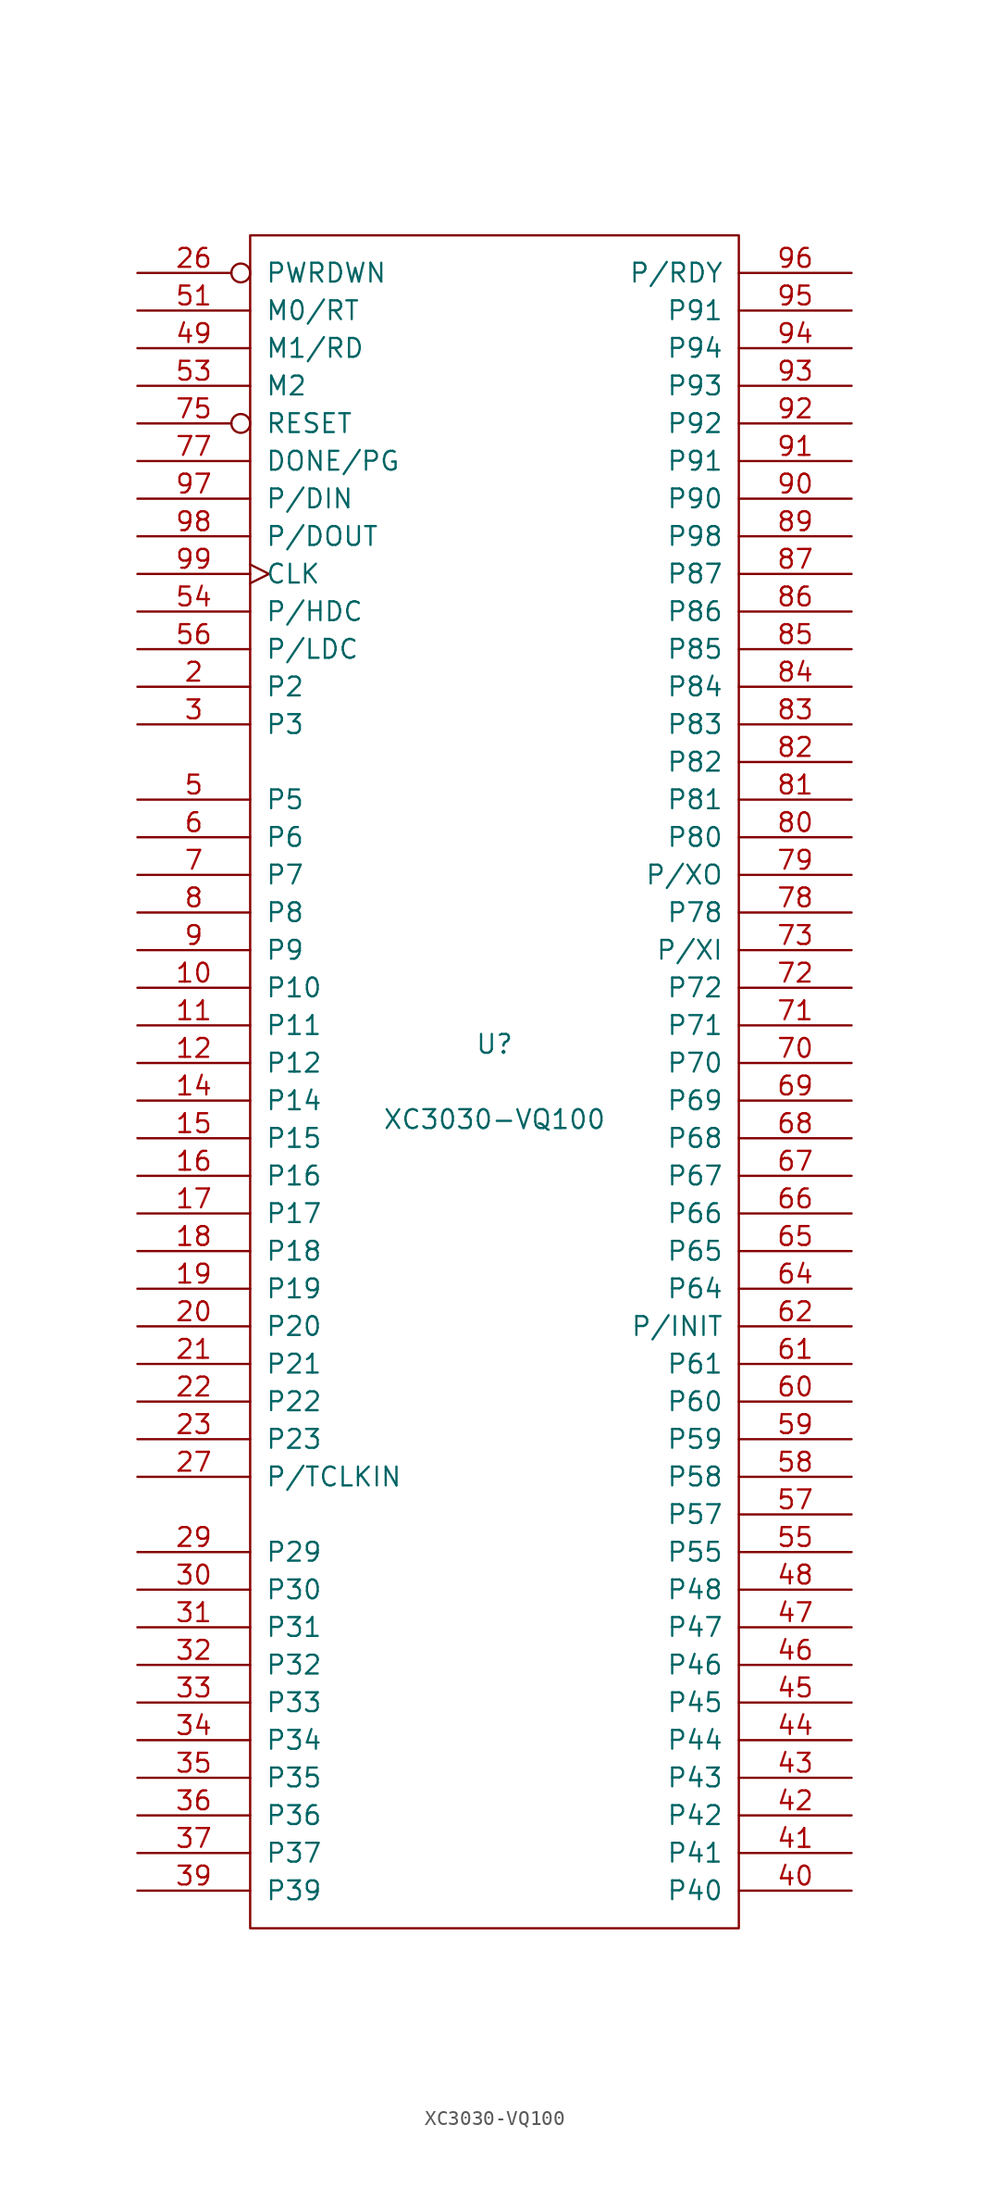
<source format=kicad_sym>
(kicad_symbol_lib
  (version 20201005)
  (generator kicad_symbol_editor)
  (symbol "XC3030-VQ100"
    (pin_names
      (offset 1.016))
    (property "Reference" "U"
      (at 0 2.54 0)
      (effects (font (size 1.27 1.27))))
    (property "Value" "XC3030-VQ100"
      (at 0 -2.54 0)
      (effects (font (size 1.27 1.27))))
    (symbol "XC3030-VQ100_0_1"
      (rectangle (start -16.51 -57.15) (end 16.51 57.15) (stroke (width 0)) (fill (type none))))
    (symbol "XC3030-VQ100_1_1"
      (pin power_in line (at -3.81 -57.15 90) (length 0) hide (name "GND" (effects (font (size 1.27 1.27)))) (number "1" (effects (font (size 1.27 1.27)))))
      (pin passive line (at -24.13 6.35 0) (length 7.62) (name "P10" (effects (font (size 1.27 1.27)))) (number "10" (effects (font (size 1.27 1.27)))))
      (pin power_in line (at 8.89 57.15 270) (length 0) hide (name "VCC" (effects (font (size 1.27 1.27)))) (number "100" (effects (font (size 1.27 1.27)))))
      (pin passive line (at -24.13 3.81 0) (length 7.62) (name "P11" (effects (font (size 1.27 1.27)))) (number "11" (effects (font (size 1.27 1.27)))))
      (pin passive line (at -24.13 1.27 0) (length 7.62) (name "P12" (effects (font (size 1.27 1.27)))) (number "12" (effects (font (size 1.27 1.27)))))
      (pin power_in line (at -1.27 -57.15 90) (length 0) hide (name "GND" (effects (font (size 1.27 1.27)))) (number "13" (effects (font (size 1.27 1.27)))))
      (pin passive line (at -24.13 -1.27 0) (length 7.62) (name "P14" (effects (font (size 1.27 1.27)))) (number "14" (effects (font (size 1.27 1.27)))))
      (pin passive line (at -24.13 -3.81 0) (length 7.62) (name "P15" (effects (font (size 1.27 1.27)))) (number "15" (effects (font (size 1.27 1.27)))))
      (pin passive line (at -24.13 -6.35 0) (length 7.62) (name "P16" (effects (font (size 1.27 1.27)))) (number "16" (effects (font (size 1.27 1.27)))))
      (pin passive line (at -24.13 -8.89 0) (length 7.62) (name "P17" (effects (font (size 1.27 1.27)))) (number "17" (effects (font (size 1.27 1.27)))))
      (pin passive line (at -24.13 -11.43 0) (length 7.62) (name "P18" (effects (font (size 1.27 1.27)))) (number "18" (effects (font (size 1.27 1.27)))))
      (pin passive line (at -24.13 -13.97 0) (length 7.62) (name "P19" (effects (font (size 1.27 1.27)))) (number "19" (effects (font (size 1.27 1.27)))))
      (pin passive line (at -24.13 26.67 0) (length 7.62) (name "P2" (effects (font (size 1.27 1.27)))) (number "2" (effects (font (size 1.27 1.27)))))
      (pin passive line (at -24.13 -16.51 0) (length 7.62) (name "P20" (effects (font (size 1.27 1.27)))) (number "20" (effects (font (size 1.27 1.27)))))
      (pin passive line (at -24.13 -19.05 0) (length 7.62) (name "P21" (effects (font (size 1.27 1.27)))) (number "21" (effects (font (size 1.27 1.27)))))
      (pin passive line (at -24.13 -21.59 0) (length 7.62) (name "P22" (effects (font (size 1.27 1.27)))) (number "22" (effects (font (size 1.27 1.27)))))
      (pin passive line (at -24.13 -24.13 0) (length 7.62) (name "P23" (effects (font (size 1.27 1.27)))) (number "23" (effects (font (size 1.27 1.27)))))
      (pin power_in line (at -3.81 57.15 270) (length 0) hide (name "VCC" (effects (font (size 1.27 1.27)))) (number "24" (effects (font (size 1.27 1.27)))))
      (pin power_in line (at 1.27 -57.15 90) (length 0) hide (name "GND" (effects (font (size 1.27 1.27)))) (number "25" (effects (font (size 1.27 1.27)))))
      (pin input inverted (at -24.13 54.61 0) (length 7.62) (name "PWRDWN" (effects (font (size 1.27 1.27)))) (number "26" (effects (font (size 1.27 1.27)))))
      (pin passive line (at -24.13 -26.67 0) (length 7.62) (name "P/TCLKIN" (effects (font (size 1.27 1.27)))) (number "27" (effects (font (size 1.27 1.27)))))
      (pin passive line (at -24.13 -31.75 0) (length 7.62) (name "P29" (effects (font (size 1.27 1.27)))) (number "29" (effects (font (size 1.27 1.27)))))
      (pin passive line (at -24.13 24.13 0) (length 7.62) (name "P3" (effects (font (size 1.27 1.27)))) (number "3" (effects (font (size 1.27 1.27)))))
      (pin passive line (at -24.13 -34.29 0) (length 7.62) (name "P30" (effects (font (size 1.27 1.27)))) (number "30" (effects (font (size 1.27 1.27)))))
      (pin passive line (at -24.13 -36.83 0) (length 7.62) (name "P31" (effects (font (size 1.27 1.27)))) (number "31" (effects (font (size 1.27 1.27)))))
      (pin passive line (at -24.13 -39.37 0) (length 7.62) (name "P32" (effects (font (size 1.27 1.27)))) (number "32" (effects (font (size 1.27 1.27)))))
      (pin passive line (at -24.13 -41.91 0) (length 7.62) (name "P33" (effects (font (size 1.27 1.27)))) (number "33" (effects (font (size 1.27 1.27)))))
      (pin passive line (at -24.13 -44.45 0) (length 7.62) (name "P34" (effects (font (size 1.27 1.27)))) (number "34" (effects (font (size 1.27 1.27)))))
      (pin passive line (at -24.13 -46.99 0) (length 7.62) (name "P35" (effects (font (size 1.27 1.27)))) (number "35" (effects (font (size 1.27 1.27)))))
      (pin passive line (at -24.13 -49.53 0) (length 7.62) (name "P36" (effects (font (size 1.27 1.27)))) (number "36" (effects (font (size 1.27 1.27)))))
      (pin passive line (at -24.13 -52.07 0) (length 7.62) (name "P37" (effects (font (size 1.27 1.27)))) (number "37" (effects (font (size 1.27 1.27)))))
      (pin power_in line (at -1.27 57.15 270) (length 0) hide (name "VCC" (effects (font (size 1.27 1.27)))) (number "38" (effects (font (size 1.27 1.27)))))
      (pin passive line (at -24.13 -54.61 0) (length 7.62) (name "P39" (effects (font (size 1.27 1.27)))) (number "39" (effects (font (size 1.27 1.27)))))
      (pin passive line (at 24.13 -54.61 180) (length 7.62) (name "P40" (effects (font (size 1.27 1.27)))) (number "40" (effects (font (size 1.27 1.27)))))
      (pin passive line (at 24.13 -52.07 180) (length 7.62) (name "P41" (effects (font (size 1.27 1.27)))) (number "41" (effects (font (size 1.27 1.27)))))
      (pin passive line (at 24.13 -49.53 180) (length 7.62) (name "P42" (effects (font (size 1.27 1.27)))) (number "42" (effects (font (size 1.27 1.27)))))
      (pin passive line (at 24.13 -46.99 180) (length 7.62) (name "P43" (effects (font (size 1.27 1.27)))) (number "43" (effects (font (size 1.27 1.27)))))
      (pin passive line (at 24.13 -44.45 180) (length 7.62) (name "P44" (effects (font (size 1.27 1.27)))) (number "44" (effects (font (size 1.27 1.27)))))
      (pin passive line (at 24.13 -41.91 180) (length 7.62) (name "P45" (effects (font (size 1.27 1.27)))) (number "45" (effects (font (size 1.27 1.27)))))
      (pin passive line (at 24.13 -39.37 180) (length 7.62) (name "P46" (effects (font (size 1.27 1.27)))) (number "46" (effects (font (size 1.27 1.27)))))
      (pin passive line (at 24.13 -36.83 180) (length 7.62) (name "P47" (effects (font (size 1.27 1.27)))) (number "47" (effects (font (size 1.27 1.27)))))
      (pin passive line (at 24.13 -34.29 180) (length 7.62) (name "P48" (effects (font (size 1.27 1.27)))) (number "48" (effects (font (size 1.27 1.27)))))
      (pin input line (at -24.13 49.53 0) (length 7.62) (name "M1/RD" (effects (font (size 1.27 1.27)))) (number "49" (effects (font (size 1.27 1.27)))))
      (pin passive line (at -24.13 19.05 0) (length 7.62) (name "P5" (effects (font (size 1.27 1.27)))) (number "5" (effects (font (size 1.27 1.27)))))
      (pin power_in line (at 3.81 -57.15 90) (length 0) hide (name "GND" (effects (font (size 1.27 1.27)))) (number "50" (effects (font (size 1.27 1.27)))))
      (pin input line (at -24.13 52.07 0) (length 7.62) (name "M0/RT" (effects (font (size 1.27 1.27)))) (number "51" (effects (font (size 1.27 1.27)))))
      (pin power_in line (at 1.27 57.15 270) (length 0) hide (name "VCC" (effects (font (size 1.27 1.27)))) (number "52" (effects (font (size 1.27 1.27)))))
      (pin passive line (at -24.13 46.99 0) (length 7.62) (name "M2" (effects (font (size 1.27 1.27)))) (number "53" (effects (font (size 1.27 1.27)))))
      (pin passive line (at -24.13 31.75 0) (length 7.62) (name "P/HDC" (effects (font (size 1.27 1.27)))) (number "54" (effects (font (size 1.27 1.27)))))
      (pin passive line (at 24.13 -31.75 180) (length 7.62) (name "P55" (effects (font (size 1.27 1.27)))) (number "55" (effects (font (size 1.27 1.27)))))
      (pin passive line (at -24.13 29.21 0) (length 7.62) (name "P/LDC" (effects (font (size 1.27 1.27)))) (number "56" (effects (font (size 1.27 1.27)))))
      (pin passive line (at 24.13 -29.21 180) (length 7.62) (name "P57" (effects (font (size 1.27 1.27)))) (number "57" (effects (font (size 1.27 1.27)))))
      (pin passive line (at 24.13 -26.67 180) (length 7.62) (name "P58" (effects (font (size 1.27 1.27)))) (number "58" (effects (font (size 1.27 1.27)))))
      (pin passive line (at 24.13 -24.13 180) (length 7.62) (name "P59" (effects (font (size 1.27 1.27)))) (number "59" (effects (font (size 1.27 1.27)))))
      (pin passive line (at -24.13 16.51 0) (length 7.62) (name "P6" (effects (font (size 1.27 1.27)))) (number "6" (effects (font (size 1.27 1.27)))))
      (pin passive line (at 24.13 -21.59 180) (length 7.62) (name "P60" (effects (font (size 1.27 1.27)))) (number "60" (effects (font (size 1.27 1.27)))))
      (pin passive line (at 24.13 -19.05 180) (length 7.62) (name "P61" (effects (font (size 1.27 1.27)))) (number "61" (effects (font (size 1.27 1.27)))))
      (pin passive line (at 24.13 -16.51 180) (length 7.62) (name "P/INIT" (effects (font (size 1.27 1.27)))) (number "62" (effects (font (size 1.27 1.27)))))
      (pin power_in line (at 6.35 -57.15 90) (length 0) hide (name "GND" (effects (font (size 1.27 1.27)))) (number "63" (effects (font (size 1.27 1.27)))))
      (pin passive line (at 24.13 -13.97 180) (length 7.62) (name "P64" (effects (font (size 1.27 1.27)))) (number "64" (effects (font (size 1.27 1.27)))))
      (pin passive line (at 24.13 -11.43 180) (length 7.62) (name "P65" (effects (font (size 1.27 1.27)))) (number "65" (effects (font (size 1.27 1.27)))))
      (pin passive line (at 24.13 -8.89 180) (length 7.62) (name "P66" (effects (font (size 1.27 1.27)))) (number "66" (effects (font (size 1.27 1.27)))))
      (pin passive line (at 24.13 -6.35 180) (length 7.62) (name "P67" (effects (font (size 1.27 1.27)))) (number "67" (effects (font (size 1.27 1.27)))))
      (pin passive line (at 24.13 -3.81 180) (length 7.62) (name "P68" (effects (font (size 1.27 1.27)))) (number "68" (effects (font (size 1.27 1.27)))))
      (pin passive line (at 24.13 -1.27 180) (length 7.62) (name "P69" (effects (font (size 1.27 1.27)))) (number "69" (effects (font (size 1.27 1.27)))))
      (pin passive line (at -24.13 13.97 0) (length 7.62) (name "P7" (effects (font (size 1.27 1.27)))) (number "7" (effects (font (size 1.27 1.27)))))
      (pin passive line (at 24.13 1.27 180) (length 7.62) (name "P70" (effects (font (size 1.27 1.27)))) (number "70" (effects (font (size 1.27 1.27)))))
      (pin passive line (at 24.13 3.81 180) (length 7.62) (name "P71" (effects (font (size 1.27 1.27)))) (number "71" (effects (font (size 1.27 1.27)))))
      (pin passive line (at 24.13 6.35 180) (length 7.62) (name "P72" (effects (font (size 1.27 1.27)))) (number "72" (effects (font (size 1.27 1.27)))))
      (pin passive line (at 24.13 8.89 180) (length 7.62) (name "P/XI" (effects (font (size 1.27 1.27)))) (number "73" (effects (font (size 1.27 1.27)))))
      (pin power_in line (at 8.89 -57.15 90) (length 0) hide (name "GND" (effects (font (size 1.27 1.27)))) (number "74" (effects (font (size 1.27 1.27)))))
      (pin input inverted (at -24.13 44.45 0) (length 7.62) (name "RESET" (effects (font (size 1.27 1.27)))) (number "75" (effects (font (size 1.27 1.27)))))
      (pin power_in line (at 3.81 57.15 270) (length 0) hide (name "VCC" (effects (font (size 1.27 1.27)))) (number "76" (effects (font (size 1.27 1.27)))))
      (pin open_collector line (at -24.13 41.91 0) (length 7.62) (name "DONE/PG" (effects (font (size 1.27 1.27)))) (number "77" (effects (font (size 1.27 1.27)))))
      (pin passive line (at 24.13 11.43 180) (length 7.62) (name "P78" (effects (font (size 1.27 1.27)))) (number "78" (effects (font (size 1.27 1.27)))))
      (pin passive line (at 24.13 13.97 180) (length 7.62) (name "P/XO" (effects (font (size 1.27 1.27)))) (number "79" (effects (font (size 1.27 1.27)))))
      (pin passive line (at -24.13 11.43 0) (length 7.62) (name "P8" (effects (font (size 1.27 1.27)))) (number "8" (effects (font (size 1.27 1.27)))))
      (pin passive line (at 24.13 16.51 180) (length 7.62) (name "P80" (effects (font (size 1.27 1.27)))) (number "80" (effects (font (size 1.27 1.27)))))
      (pin passive line (at 24.13 19.05 180) (length 7.62) (name "P81" (effects (font (size 1.27 1.27)))) (number "81" (effects (font (size 1.27 1.27)))))
      (pin passive line (at 24.13 21.59 180) (length 7.62) (name "P82" (effects (font (size 1.27 1.27)))) (number "82" (effects (font (size 1.27 1.27)))))
      (pin passive line (at 24.13 24.13 180) (length 7.62) (name "P83" (effects (font (size 1.27 1.27)))) (number "83" (effects (font (size 1.27 1.27)))))
      (pin passive line (at 24.13 26.67 180) (length 7.62) (name "P84" (effects (font (size 1.27 1.27)))) (number "84" (effects (font (size 1.27 1.27)))))
      (pin passive line (at 24.13 29.21 180) (length 7.62) (name "P85" (effects (font (size 1.27 1.27)))) (number "85" (effects (font (size 1.27 1.27)))))
      (pin passive line (at 24.13 31.75 180) (length 7.62) (name "P86" (effects (font (size 1.27 1.27)))) (number "86" (effects (font (size 1.27 1.27)))))
      (pin passive line (at 24.13 34.29 180) (length 7.62) (name "P87" (effects (font (size 1.27 1.27)))) (number "87" (effects (font (size 1.27 1.27)))))
      (pin power_in line (at 6.35 57.15 270) (length 0) hide (name "VCC" (effects (font (size 1.27 1.27)))) (number "88" (effects (font (size 1.27 1.27)))))
      (pin passive line (at 24.13 36.83 180) (length 7.62) (name "P98" (effects (font (size 1.27 1.27)))) (number "89" (effects (font (size 1.27 1.27)))))
      (pin passive line (at -24.13 8.89 0) (length 7.62) (name "P9" (effects (font (size 1.27 1.27)))) (number "9" (effects (font (size 1.27 1.27)))))
      (pin passive line (at 24.13 39.37 180) (length 7.62) (name "P90" (effects (font (size 1.27 1.27)))) (number "90" (effects (font (size 1.27 1.27)))))
      (pin passive line (at 24.13 41.91 180) (length 7.62) (name "P91" (effects (font (size 1.27 1.27)))) (number "91" (effects (font (size 1.27 1.27)))))
      (pin passive line (at 24.13 44.45 180) (length 7.62) (name "P92" (effects (font (size 1.27 1.27)))) (number "92" (effects (font (size 1.27 1.27)))))
      (pin passive line (at 24.13 46.99 180) (length 7.62) (name "P93" (effects (font (size 1.27 1.27)))) (number "93" (effects (font (size 1.27 1.27)))))
      (pin passive line (at 24.13 49.53 180) (length 7.62) (name "P94" (effects (font (size 1.27 1.27)))) (number "94" (effects (font (size 1.27 1.27)))))
      (pin passive line (at 24.13 52.07 180) (length 7.62) (name "P91" (effects (font (size 1.27 1.27)))) (number "95" (effects (font (size 1.27 1.27)))))
      (pin passive line (at 24.13 54.61 180) (length 7.62) (name "P/RDY" (effects (font (size 1.27 1.27)))) (number "96" (effects (font (size 1.27 1.27)))))
      (pin passive line (at -24.13 39.37 0) (length 7.62) (name "P/DIN" (effects (font (size 1.27 1.27)))) (number "97" (effects (font (size 1.27 1.27)))))
      (pin passive line (at -24.13 36.83 0) (length 7.62) (name "P/DOUT" (effects (font (size 1.27 1.27)))) (number "98" (effects (font (size 1.27 1.27)))))
      (pin bidirectional clock (at -24.13 34.29 0) (length 7.62) (name "CLK" (effects (font (size 1.27 1.27)))) (number "99" (effects (font (size 1.27 1.27))))))))
</source>
